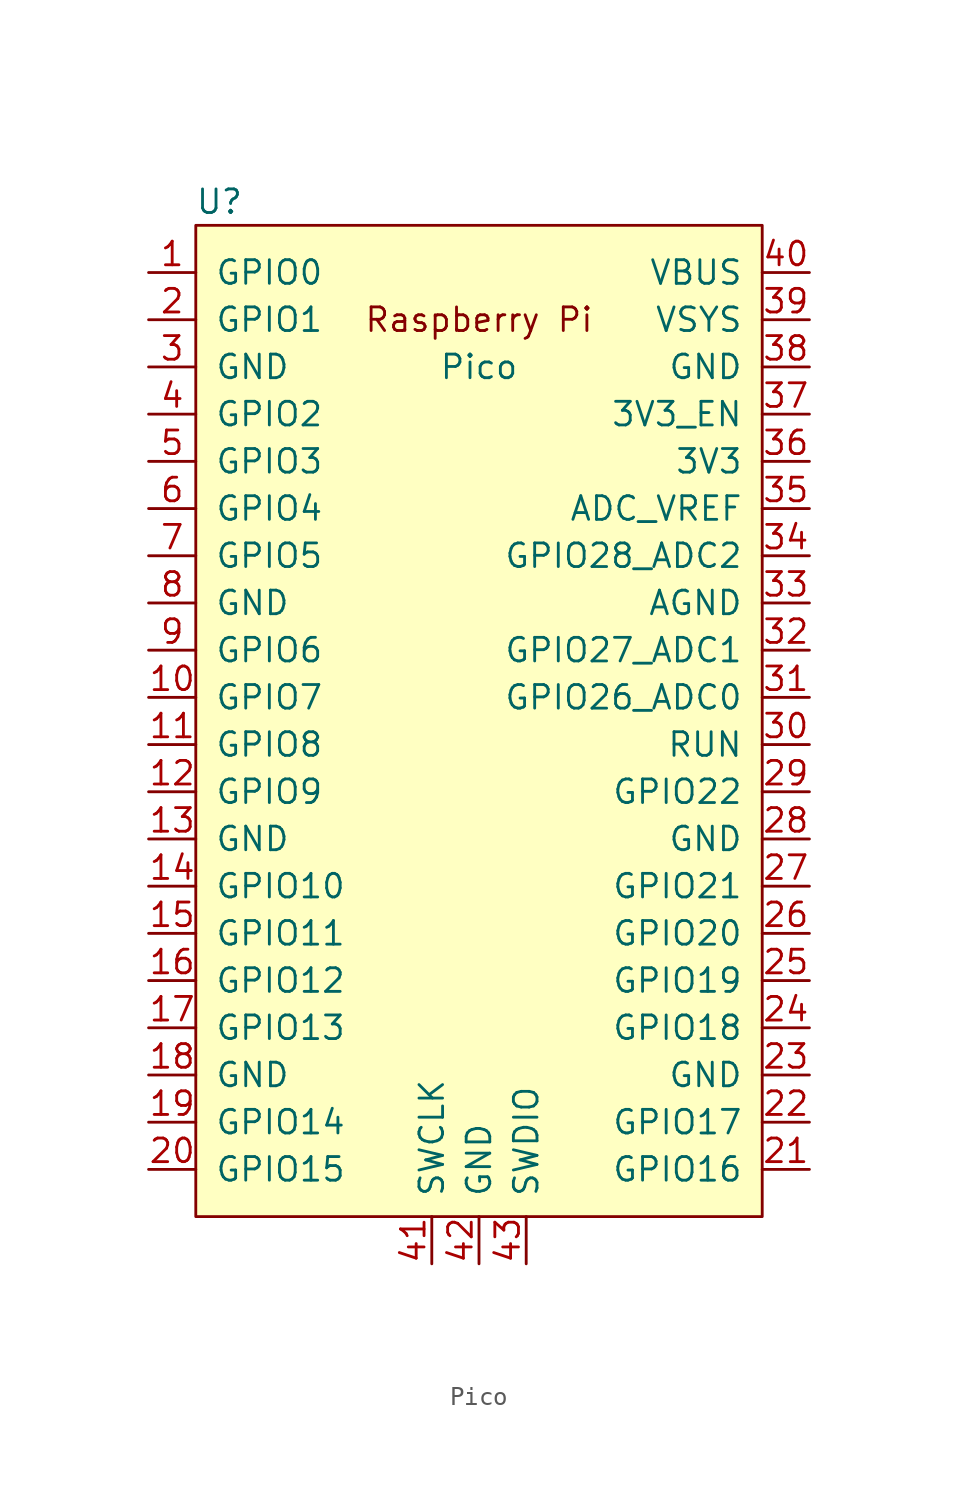
<source format=kicad_sym>
(kicad_symbol_lib
  (version 20201005)
  (generator kicad_symbol_editor)
  (symbol "MCU_RaspberryPi_and_Boards:Pico"
    (pin_names
      (offset 1.016))
    (property "Reference" "U"
      (at -13.97 27.94 0)
      (effects (font (size 1.27 1.27))))
    (property "Value" "Pico"
      (at 0 19.05 0)
      (effects (font (size 1.27 1.27))))
    (symbol "Pico_0_0"
      (text "Raspberry Pi" (at 0 21.59 0) (effects (font (size 1.27 1.27)))))
    (symbol "Pico_0_1"
      (rectangle (start -15.24 26.67) (end 15.24 -26.67) (stroke (width 0)) (fill (type background))))
    (symbol "Pico_1_1"
      (pin bidirectional line (at -17.78 24.13 0) (length 2.54) (name "GPIO0" (effects (font (size 1.27 1.27)))) (number "1" (effects (font (size 1.27 1.27)))))
      (pin bidirectional line (at -17.78 1.27 0) (length 2.54) (name "GPIO7" (effects (font (size 1.27 1.27)))) (number "10" (effects (font (size 1.27 1.27)))))
      (pin bidirectional line (at -17.78 -1.27 0) (length 2.54) (name "GPIO8" (effects (font (size 1.27 1.27)))) (number "11" (effects (font (size 1.27 1.27)))))
      (pin bidirectional line (at -17.78 -3.81 0) (length 2.54) (name "GPIO9" (effects (font (size 1.27 1.27)))) (number "12" (effects (font (size 1.27 1.27)))))
      (pin power_in line (at -17.78 -6.35 0) (length 2.54) (name "GND" (effects (font (size 1.27 1.27)))) (number "13" (effects (font (size 1.27 1.27)))))
      (pin bidirectional line (at -17.78 -8.89 0) (length 2.54) (name "GPIO10" (effects (font (size 1.27 1.27)))) (number "14" (effects (font (size 1.27 1.27)))))
      (pin bidirectional line (at -17.78 -11.43 0) (length 2.54) (name "GPIO11" (effects (font (size 1.27 1.27)))) (number "15" (effects (font (size 1.27 1.27)))))
      (pin bidirectional line (at -17.78 -13.97 0) (length 2.54) (name "GPIO12" (effects (font (size 1.27 1.27)))) (number "16" (effects (font (size 1.27 1.27)))))
      (pin bidirectional line (at -17.78 -16.51 0) (length 2.54) (name "GPIO13" (effects (font (size 1.27 1.27)))) (number "17" (effects (font (size 1.27 1.27)))))
      (pin power_in line (at -17.78 -19.05 0) (length 2.54) (name "GND" (effects (font (size 1.27 1.27)))) (number "18" (effects (font (size 1.27 1.27)))))
      (pin bidirectional line (at -17.78 -21.59 0) (length 2.54) (name "GPIO14" (effects (font (size 1.27 1.27)))) (number "19" (effects (font (size 1.27 1.27)))))
      (pin bidirectional line (at -17.78 21.59 0) (length 2.54) (name "GPIO1" (effects (font (size 1.27 1.27)))) (number "2" (effects (font (size 1.27 1.27)))))
      (pin bidirectional line (at -17.78 -24.13 0) (length 2.54) (name "GPIO15" (effects (font (size 1.27 1.27)))) (number "20" (effects (font (size 1.27 1.27)))))
      (pin bidirectional line (at 17.78 -24.13 180) (length 2.54) (name "GPIO16" (effects (font (size 1.27 1.27)))) (number "21" (effects (font (size 1.27 1.27)))))
      (pin bidirectional line (at 17.78 -21.59 180) (length 2.54) (name "GPIO17" (effects (font (size 1.27 1.27)))) (number "22" (effects (font (size 1.27 1.27)))))
      (pin power_in line (at 17.78 -19.05 180) (length 2.54) (name "GND" (effects (font (size 1.27 1.27)))) (number "23" (effects (font (size 1.27 1.27)))))
      (pin bidirectional line (at 17.78 -16.51 180) (length 2.54) (name "GPIO18" (effects (font (size 1.27 1.27)))) (number "24" (effects (font (size 1.27 1.27)))))
      (pin bidirectional line (at 17.78 -13.97 180) (length 2.54) (name "GPIO19" (effects (font (size 1.27 1.27)))) (number "25" (effects (font (size 1.27 1.27)))))
      (pin bidirectional line (at 17.78 -11.43 180) (length 2.54) (name "GPIO20" (effects (font (size 1.27 1.27)))) (number "26" (effects (font (size 1.27 1.27)))))
      (pin bidirectional line (at 17.78 -8.89 180) (length 2.54) (name "GPIO21" (effects (font (size 1.27 1.27)))) (number "27" (effects (font (size 1.27 1.27)))))
      (pin power_in line (at 17.78 -6.35 180) (length 2.54) (name "GND" (effects (font (size 1.27 1.27)))) (number "28" (effects (font (size 1.27 1.27)))))
      (pin bidirectional line (at 17.78 -3.81 180) (length 2.54) (name "GPIO22" (effects (font (size 1.27 1.27)))) (number "29" (effects (font (size 1.27 1.27)))))
      (pin power_in line (at -17.78 19.05 0) (length 2.54) (name "GND" (effects (font (size 1.27 1.27)))) (number "3" (effects (font (size 1.27 1.27)))))
      (pin input line (at 17.78 -1.27 180) (length 2.54) (name "RUN" (effects (font (size 1.27 1.27)))) (number "30" (effects (font (size 1.27 1.27)))))
      (pin bidirectional line (at 17.78 1.27 180) (length 2.54) (name "GPIO26_ADC0" (effects (font (size 1.27 1.27)))) (number "31" (effects (font (size 1.27 1.27)))))
      (pin bidirectional line (at 17.78 3.81 180) (length 2.54) (name "GPIO27_ADC1" (effects (font (size 1.27 1.27)))) (number "32" (effects (font (size 1.27 1.27)))))
      (pin power_in line (at 17.78 6.35 180) (length 2.54) (name "AGND" (effects (font (size 1.27 1.27)))) (number "33" (effects (font (size 1.27 1.27)))))
      (pin bidirectional line (at 17.78 8.89 180) (length 2.54) (name "GPIO28_ADC2" (effects (font (size 1.27 1.27)))) (number "34" (effects (font (size 1.27 1.27)))))
      (pin unspecified line (at 17.78 11.43 180) (length 2.54) (name "ADC_VREF" (effects (font (size 1.27 1.27)))) (number "35" (effects (font (size 1.27 1.27)))))
      (pin unspecified line (at 17.78 13.97 180) (length 2.54) (name "3V3" (effects (font (size 1.27 1.27)))) (number "36" (effects (font (size 1.27 1.27)))))
      (pin input line (at 17.78 16.51 180) (length 2.54) (name "3V3_EN" (effects (font (size 1.27 1.27)))) (number "37" (effects (font (size 1.27 1.27)))))
      (pin bidirectional line (at 17.78 19.05 180) (length 2.54) (name "GND" (effects (font (size 1.27 1.27)))) (number "38" (effects (font (size 1.27 1.27)))))
      (pin unspecified line (at 17.78 21.59 180) (length 2.54) (name "VSYS" (effects (font (size 1.27 1.27)))) (number "39" (effects (font (size 1.27 1.27)))))
      (pin bidirectional line (at -17.78 16.51 0) (length 2.54) (name "GPIO2" (effects (font (size 1.27 1.27)))) (number "4" (effects (font (size 1.27 1.27)))))
      (pin unspecified line (at 17.78 24.13 180) (length 2.54) (name "VBUS" (effects (font (size 1.27 1.27)))) (number "40" (effects (font (size 1.27 1.27)))))
      (pin input line (at -2.54 -29.21 90) (length 2.54) (name "SWCLK" (effects (font (size 1.27 1.27)))) (number "41" (effects (font (size 1.27 1.27)))))
      (pin power_in line (at 0 -29.21 90) (length 2.54) (name "GND" (effects (font (size 1.27 1.27)))) (number "42" (effects (font (size 1.27 1.27)))))
      (pin bidirectional line (at 2.54 -29.21 90) (length 2.54) (name "SWDIO" (effects (font (size 1.27 1.27)))) (number "43" (effects (font (size 1.27 1.27)))))
      (pin bidirectional line (at -17.78 13.97 0) (length 2.54) (name "GPIO3" (effects (font (size 1.27 1.27)))) (number "5" (effects (font (size 1.27 1.27)))))
      (pin bidirectional line (at -17.78 11.43 0) (length 2.54) (name "GPIO4" (effects (font (size 1.27 1.27)))) (number "6" (effects (font (size 1.27 1.27)))))
      (pin bidirectional line (at -17.78 8.89 0) (length 2.54) (name "GPIO5" (effects (font (size 1.27 1.27)))) (number "7" (effects (font (size 1.27 1.27)))))
      (pin power_in line (at -17.78 6.35 0) (length 2.54) (name "GND" (effects (font (size 1.27 1.27)))) (number "8" (effects (font (size 1.27 1.27)))))
      (pin bidirectional line (at -17.78 3.81 0) (length 2.54) (name "GPIO6" (effects (font (size 1.27 1.27)))) (number "9" (effects (font (size 1.27 1.27))))))))
</source>
